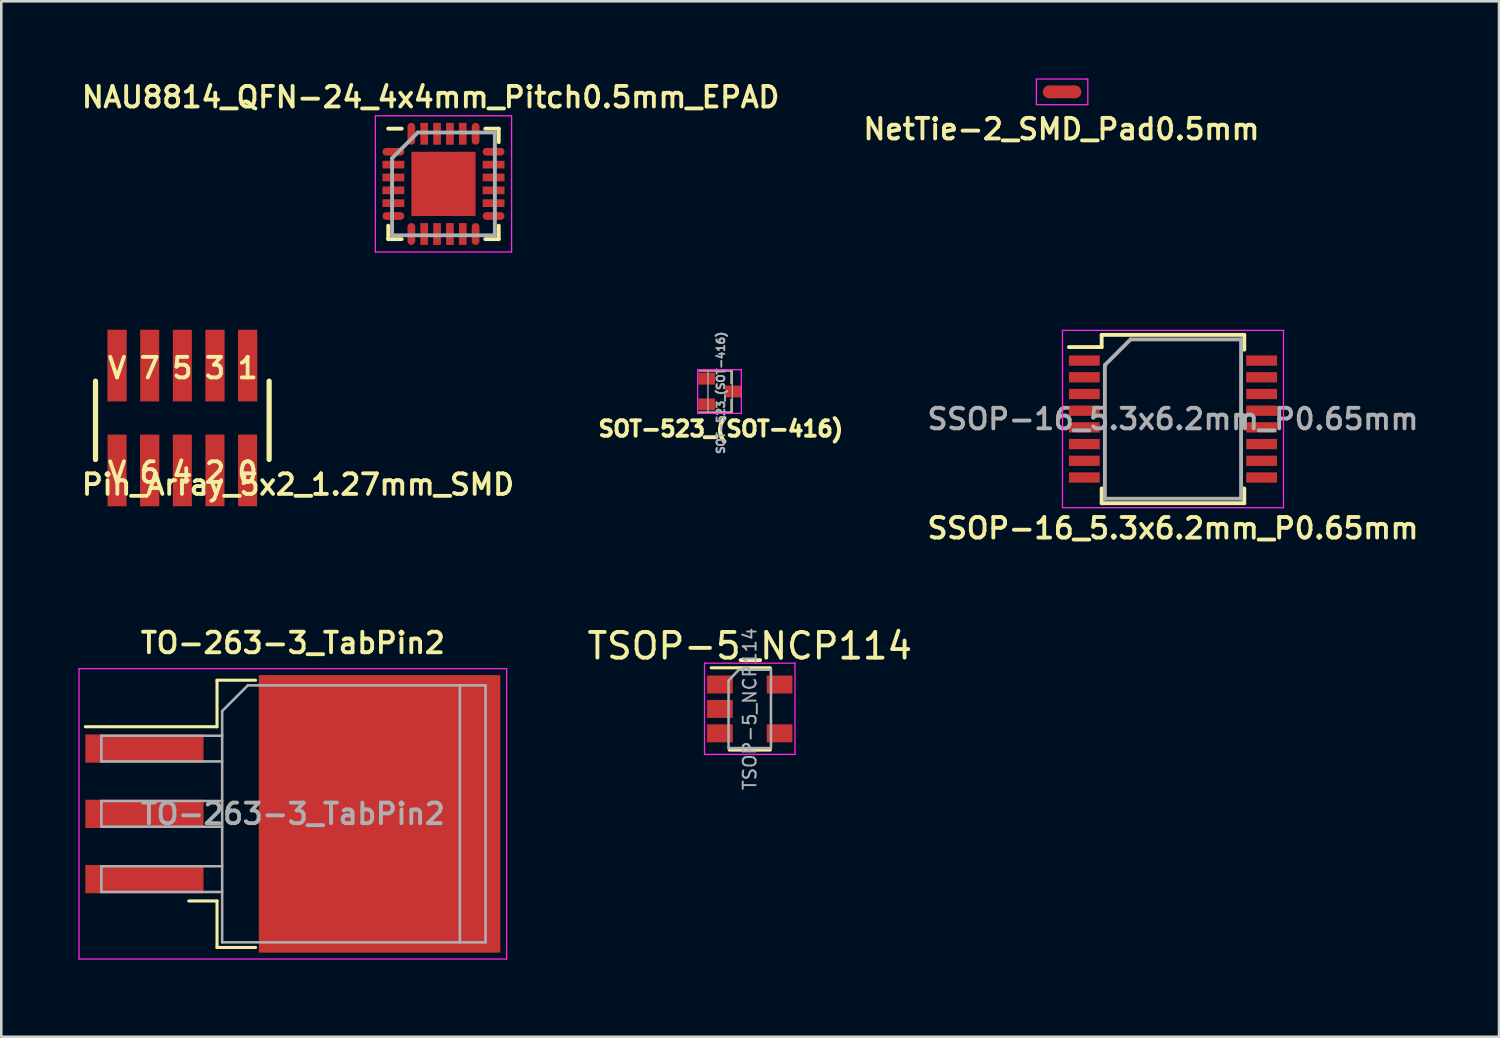
<source format=kicad_pcb>
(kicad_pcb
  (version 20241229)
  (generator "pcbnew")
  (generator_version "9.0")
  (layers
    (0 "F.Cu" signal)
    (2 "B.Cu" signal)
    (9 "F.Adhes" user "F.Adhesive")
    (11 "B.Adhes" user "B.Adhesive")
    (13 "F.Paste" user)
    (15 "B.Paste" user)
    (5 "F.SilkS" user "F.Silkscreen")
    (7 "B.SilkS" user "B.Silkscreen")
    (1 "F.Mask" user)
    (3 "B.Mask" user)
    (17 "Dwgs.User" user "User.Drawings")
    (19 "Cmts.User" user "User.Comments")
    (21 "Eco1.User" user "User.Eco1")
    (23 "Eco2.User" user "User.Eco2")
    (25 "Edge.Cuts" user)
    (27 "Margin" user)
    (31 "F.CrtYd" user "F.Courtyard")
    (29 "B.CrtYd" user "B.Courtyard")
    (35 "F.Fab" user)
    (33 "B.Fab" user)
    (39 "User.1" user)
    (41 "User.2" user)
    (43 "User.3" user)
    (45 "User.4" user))
  (footprint "SSOP-16_5.3x6.2mm_P0.65mm"
    (layer "F.Cu")
    (at 42.594 13.256)
    (property "Reference" "SSOP-16_5.3x6.2mm_P0.65mm" (at 0 4.25 0) (layer "F.SilkS") (effects (font (size 0.8 0.8) (thickness 0.15))))
    (attr smd)
    (fp_line (start -2.775 -3.275) (end -2.775 -2.8) (stroke (width 0.15) (type solid)) (layer "F.SilkS"))
    (fp_line (start -2.775 -3.275) (end 2.775 -3.275) (stroke (width 0.15) (type solid)) (layer "F.SilkS"))
    (fp_line (start -2.775 -2.8) (end -4.05 -2.8) (stroke (width 0.15) (type solid)) (layer "F.SilkS"))
    (fp_line (start -2.775 3.275) (end -2.775 2.7) (stroke (width 0.15) (type solid)) (layer "F.SilkS"))
    (fp_line (start -2.775 3.275) (end 2.775 3.275) (stroke (width 0.15) (type solid)) (layer "F.SilkS"))
    (fp_line (start 2.775 -3.275) (end 2.775 -2.7) (stroke (width 0.15) (type solid)) (layer "F.SilkS"))
    (fp_line (start 2.775 3.275) (end 2.775 2.7) (stroke (width 0.15) (type solid)) (layer "F.SilkS"))
    (fp_line (start -4.3 -3.45) (end -4.3 3.45) (stroke (width 0.05) (type solid)) (layer "F.CrtYd"))
    (fp_line (start -4.3 -3.45) (end 4.3 -3.45) (stroke (width 0.05) (type solid)) (layer "F.CrtYd"))
    (fp_line (start -4.3 3.45) (end 4.3 3.45) (stroke (width 0.05) (type solid)) (layer "F.CrtYd"))
    (fp_line (start 4.3 -3.45) (end 4.3 3.45) (stroke (width 0.05) (type solid)) (layer "F.CrtYd"))
    (fp_line (start -2.65 -2.1) (end -1.65 -3.1) (stroke (width 0.15) (type solid)) (layer "F.Fab"))
    (fp_line (start -2.65 3.1) (end -2.65 -2.1) (stroke (width 0.15) (type solid)) (layer "F.Fab"))
    (fp_line (start -1.65 -3.1) (end 2.65 -3.1) (stroke (width 0.15) (type solid)) (layer "F.Fab"))
    (fp_line (start 2.65 -3.1) (end 2.65 3.1) (stroke (width 0.15) (type solid)) (layer "F.Fab"))
    (fp_line (start 2.65 3.1) (end -2.65 3.1) (stroke (width 0.15) (type solid)) (layer "F.Fab"))
    (fp_text user "${REFERENCE}" (at 0 0 0) (layer "F.Fab") (effects (font (size 0.8 0.8) (thickness 0.15))))
    (pad "1" smd rect (at -3.45 -2.275) (size 1.2 0.4) (layers "F.Cu" "F.Mask" "F.Paste"))
    (pad "2" smd rect (at -3.45 -1.625) (size 1.2 0.4) (layers "F.Cu" "F.Mask" "F.Paste"))
    (pad "3" smd rect (at -3.45 -0.975) (size 1.2 0.4) (layers "F.Cu" "F.Mask" "F.Paste"))
    (pad "4" smd rect (at -3.45 -0.325) (size 1.2 0.4) (layers "F.Cu" "F.Mask" "F.Paste"))
    (pad "5" smd rect (at -3.45 0.325) (size 1.2 0.4) (layers "F.Cu" "F.Mask" "F.Paste"))
    (pad "6" smd rect (at -3.45 0.975) (size 1.2 0.4) (layers "F.Cu" "F.Mask" "F.Paste"))
    (pad "7" smd rect (at -3.45 1.625) (size 1.2 0.4) (layers "F.Cu" "F.Mask" "F.Paste"))
    (pad "8" smd rect (at -3.45 2.275) (size 1.2 0.4) (layers "F.Cu" "F.Mask" "F.Paste"))
    (pad "9" smd rect (at 3.45 2.275) (size 1.2 0.4) (layers "F.Cu" "F.Mask" "F.Paste"))
    (pad "10" smd rect (at 3.45 1.625) (size 1.2 0.4) (layers "F.Cu" "F.Mask" "F.Paste"))
    (pad "11" smd rect (at 3.45 0.975) (size 1.2 0.4) (layers "F.Cu" "F.Mask" "F.Paste"))
    (pad "12" smd rect (at 3.45 0.325) (size 1.2 0.4) (layers "F.Cu" "F.Mask" "F.Paste"))
    (pad "13" smd rect (at 3.45 -0.325) (size 1.2 0.4) (layers "F.Cu" "F.Mask" "F.Paste"))
    (pad "14" smd rect (at 3.45 -0.975) (size 1.2 0.4) (layers "F.Cu" "F.Mask" "F.Paste"))
    (pad "15" smd rect (at 3.45 -1.625) (size 1.2 0.4) (layers "F.Cu" "F.Mask" "F.Paste"))
    (pad "16" smd rect (at 3.45 -2.275) (size 1.2 0.4) (layers "F.Cu" "F.Mask" "F.Paste")))
  (footprint "NetTie-2_SMD_Pad0.5mm"
    (layer "F.Cu")
    (at 38.279 0.525)
    (property "Reference" "NetTie-2_SMD_Pad0.5mm" (at -0.025 1.45 0) (layer "F.SilkS") (effects (font (size 0.8 0.8) (thickness 0.15))))
    (attr exclude_from_pos_files exclude_from_bom)
    (fp_poly (pts (xy -0.5 -0.25) (xy 0.5 -0.25) (xy 0.5 0.25) (xy -0.5 0.25)) (stroke (width 0) (type solid)) (fill yes) (layer "F.Cu"))
    (fp_line (start -1 -0.5) (end -1 0.5) (stroke (width 0.05) (type solid)) (layer "F.CrtYd"))
    (fp_line (start -1 0.5) (end 1 0.5) (stroke (width 0.05) (type solid)) (layer "F.CrtYd"))
    (fp_line (start 1 -0.5) (end -1 -0.5) (stroke (width 0.05) (type solid)) (layer "F.CrtYd"))
    (fp_line (start 1 0.5) (end 1 -0.5) (stroke (width 0.05) (type solid)) (layer "F.CrtYd"))
    (pad "1" smd circle (at -0.5 0) (size 0.5 0.5) (layers "F.Cu"))
    (pad "2" smd circle (at 0.5 0) (size 0.5 0.5) (layers "F.Cu")))
  (footprint "TSOP-5_NCP114"
    (layer "F.Cu")
    (at 26.125 24.536)
    (property "Reference" "TSOP-5_NCP114" (at 0 -2.45 0) (layer "F.SilkS") (effects (font (size 1 1) (thickness 0.15))))
    (attr smd)
    (fp_line (start -0.8 1.6) (end 0.8 1.6) (stroke (width 0.12) (type solid)) (layer "F.SilkS"))
    (fp_line (start 0.8 -1.6) (end -1.5 -1.6) (stroke (width 0.12) (type solid)) (layer "F.SilkS"))
    (fp_line (start -1.76 -1.78) (end -1.76 1.77) (stroke (width 0.05) (type solid)) (layer "F.CrtYd"))
    (fp_line (start -1.76 -1.78) (end 1.76 -1.78) (stroke (width 0.05) (type solid)) (layer "F.CrtYd"))
    (fp_line (start 1.76 1.77) (end -1.76 1.77) (stroke (width 0.05) (type solid)) (layer "F.CrtYd"))
    (fp_line (start 1.76 1.77) (end 1.76 -1.78) (stroke (width 0.05) (type solid)) (layer "F.CrtYd"))
    (fp_line (start -0.825 -1.1) (end -0.825 1.525) (stroke (width 0.1) (type solid)) (layer "F.Fab"))
    (fp_line (start -0.825 -1.1) (end -0.425 -1.525) (stroke (width 0.1) (type solid)) (layer "F.Fab"))
    (fp_line (start 0.825 -1.525) (end -0.425 -1.525) (stroke (width 0.1) (type solid)) (layer "F.Fab"))
    (fp_line (start 0.825 -1.525) (end 0.825 1.525) (stroke (width 0.1) (type solid)) (layer "F.Fab"))
    (fp_line (start 0.825 1.525) (end -0.825 1.525) (stroke (width 0.1) (type solid)) (layer "F.Fab"))
    (fp_text user "${REFERENCE}" (at 0 0 90) (layer "F.Fab") (effects (font (size 0.5 0.5) (thickness 0.075))))
    (pad "1" smd rect (at -1.16 -0.95) (size 1 0.7) (layers "F.Cu" "F.Mask" "F.Paste"))
    (pad "2" smd rect (at -1.16 0) (size 1 0.7) (layers "F.Cu" "F.Mask" "F.Paste"))
    (pad "3" smd rect (at -1.16 0.95) (size 1 0.7) (layers "F.Cu" "F.Mask" "F.Paste"))
    (pad "4" smd rect (at 1.16 0.95) (size 1 0.7) (layers "F.Cu" "F.Mask" "F.Paste"))
    (pad "5" smd rect (at 1.16 -0.95) (size 1 0.7) (layers "F.Cu" "F.Mask" "F.Paste")))
  (footprint "TO-263-3_TabPin2"
    (layer "F.Cu")
    (at 8.345 28.619)
    (property "Reference" "TO-263-3_TabPin2" (at 0 -6.65 0) (layer "F.SilkS") (effects (font (size 0.8 0.8) (thickness 0.15))))
    (attr smd)
    (fp_line (start -2.95 -5.2) (end -2.95 -3.39) (stroke (width 0.12) (type solid)) (layer "F.SilkS"))
    (fp_line (start -2.95 -3.39) (end -8.075 -3.39) (stroke (width 0.12) (type solid)) (layer "F.SilkS"))
    (fp_line (start -2.95 3.39) (end -4.05 3.39) (stroke (width 0.12) (type solid)) (layer "F.SilkS"))
    (fp_line (start -2.95 5.2) (end -2.95 3.39) (stroke (width 0.12) (type solid)) (layer "F.SilkS"))
    (fp_line (start -1.45 -5.2) (end -2.95 -5.2) (stroke (width 0.12) (type solid)) (layer "F.SilkS"))
    (fp_line (start -1.45 5.2) (end -2.95 5.2) (stroke (width 0.12) (type solid)) (layer "F.SilkS"))
    (fp_line (start -8.32 -5.65) (end -8.32 5.65) (stroke (width 0.05) (type solid)) (layer "F.CrtYd"))
    (fp_line (start -8.32 5.65) (end 8.32 5.65) (stroke (width 0.05) (type solid)) (layer "F.CrtYd"))
    (fp_line (start 8.32 -5.65) (end -8.32 -5.65) (stroke (width 0.05) (type solid)) (layer "F.CrtYd"))
    (fp_line (start 8.32 5.65) (end 8.32 -5.65) (stroke (width 0.05) (type solid)) (layer "F.CrtYd"))
    (fp_line (start -7.45 -3.04) (end -7.45 -2.04) (stroke (width 0.1) (type solid)) (layer "F.Fab"))
    (fp_line (start -7.45 -2.04) (end -2.75 -2.04) (stroke (width 0.1) (type solid)) (layer "F.Fab"))
    (fp_line (start -7.45 -0.5) (end -7.45 0.5) (stroke (width 0.1) (type solid)) (layer "F.Fab"))
    (fp_line (start -7.45 0.5) (end -2.75 0.5) (stroke (width 0.1) (type solid)) (layer "F.Fab"))
    (fp_line (start -7.45 2.04) (end -7.45 3.04) (stroke (width 0.1) (type solid)) (layer "F.Fab"))
    (fp_line (start -7.45 3.04) (end -2.75 3.04) (stroke (width 0.1) (type solid)) (layer "F.Fab"))
    (fp_line (start -2.75 -4) (end -1.75 -5) (stroke (width 0.1) (type solid)) (layer "F.Fab"))
    (fp_line (start -2.75 -3.04) (end -7.45 -3.04) (stroke (width 0.1) (type solid)) (layer "F.Fab"))
    (fp_line (start -2.75 -0.5) (end -7.45 -0.5) (stroke (width 0.1) (type solid)) (layer "F.Fab"))
    (fp_line (start -2.75 2.04) (end -7.45 2.04) (stroke (width 0.1) (type solid)) (layer "F.Fab"))
    (fp_line (start -2.75 5) (end -2.75 -4) (stroke (width 0.1) (type solid)) (layer "F.Fab"))
    (fp_line (start -1.75 -5) (end 6.5 -5) (stroke (width 0.1) (type solid)) (layer "F.Fab"))
    (fp_line (start 6.5 -5) (end 6.5 5) (stroke (width 0.1) (type solid)) (layer "F.Fab"))
    (fp_line (start 6.5 -5) (end 7.5 -5) (stroke (width 0.1) (type solid)) (layer "F.Fab"))
    (fp_line (start 6.5 5) (end -2.75 5) (stroke (width 0.1) (type solid)) (layer "F.Fab"))
    (fp_line (start 7.5 -5) (end 7.5 5) (stroke (width 0.1) (type solid)) (layer "F.Fab"))
    (fp_line (start 7.5 5) (end 6.5 5) (stroke (width 0.1) (type solid)) (layer "F.Fab"))
    (fp_text user "${REFERENCE}" (at 0 0 0) (layer "F.Fab") (effects (font (size 0.8 0.8) (thickness 0.15))))
    (pad "" smd rect (at 0.95 -2.775) (size 4.55 5.25) (layers "F.Paste"))
    (pad "" smd rect (at 0.95 2.775) (size 4.55 5.25) (layers "F.Paste"))
    (pad "" smd rect (at 5.8 -2.775) (size 4.55 5.25) (layers "F.Paste"))
    (pad "" smd rect (at 5.8 2.775) (size 4.55 5.25) (layers "F.Paste"))
    (pad "1" smd rect (at -5.775 -2.54) (size 4.6 1.1) (layers "F.Cu" "F.Mask" "F.Paste"))
    (pad "2" smd rect (at -5.775 0) (size 4.6 1.1) (layers "F.Cu" "F.Mask" "F.Paste"))
    (pad "2" smd rect (at 3.375 0) (size 9.4 10.8) (layers "F.Cu" "F.Mask"))
    (pad "3" smd rect (at -5.775 2.54) (size 4.6 1.1) (layers "F.Cu" "F.Mask" "F.Paste")))
  (footprint "Pin_Array_5x2_1.27mm_SMD"
    (layer "F.Cu")
    (at 4.045 13.306)
    (property "Reference" "Pin_Array_5x2_1.27mm_SMD" (at 4.5 2.5 0) (layer "F.SilkS") (effects (font (size 0.8 0.8) (thickness 0.15))))
    (attr through_hole)
    (fp_line (start -3.378 -1.524) (end -3.378 1.524) (stroke (width 0.203) (type solid)) (layer "F.SilkS"))
    (fp_line (start 3.378 1.524) (end 3.378 -1.524) (stroke (width 0.203) (type solid)) (layer "F.SilkS"))
    (fp_text user "1" (at 2.54 -2.032 0) (layer "F.SilkS") (effects (font (size 0.8 0.8) (thickness 0.15))))
    (fp_text user "2" (at 1.27 2.032 0) (layer "F.SilkS") (effects (font (size 0.8 0.8) (thickness 0.15))))
    (fp_text user "6" (at -1.27 2.032 0) (layer "F.SilkS") (effects (font (size 0.8 0.8) (thickness 0.15))))
    (fp_text user "3" (at 1.27 -2.032 0) (layer "F.SilkS") (effects (font (size 0.8 0.8) (thickness 0.15))))
    (fp_text user "V" (at -2.54 -2.032 0) (layer "F.SilkS") (effects (font (size 0.8 0.8) (thickness 0.15))))
    (fp_text user "V" (at -2.54 2.032 0) (layer "F.SilkS") (effects (font (size 0.8 0.8) (thickness 0.15))))
    (fp_text user "7" (at -1.27 -2.032 0) (layer "F.SilkS") (effects (font (size 0.8 0.8) (thickness 0.15))))
    (fp_text user "5" (at 0 -2.032 0) (layer "F.SilkS") (effects (font (size 0.8 0.8) (thickness 0.15))))
    (fp_text user "4" (at 0 2.032 0) (layer "F.SilkS") (effects (font (size 0.8 0.8) (thickness 0.15))))
    (fp_text user "0" (at 2.54 2.032 0) (layer "F.SilkS") (effects (font (size 0.8 0.8) (thickness 0.15))))
    (pad "1" smd rect (at 2.54 -2.13) (size 0.75 2.79) (layers "F.Cu" "F.Mask" "F.Paste"))
    (pad "2" smd rect (at 2.54 1.95) (size 0.74 2.79) (layers "F.Cu" "F.Mask" "F.Paste"))
    (pad "3" smd rect (at 1.27 -2.13) (size 0.75 2.79) (layers "F.Cu" "F.Mask" "F.Paste"))
    (pad "4" smd rect (at 1.27 1.95) (size 0.74 2.79) (layers "F.Cu" "F.Mask" "F.Paste"))
    (pad "5" smd rect (at 0 -2.13) (size 0.74 2.79) (layers "F.Cu" "F.Mask" "F.Paste"))
    (pad "6" smd rect (at 0 1.95) (size 0.74 2.79) (layers "F.Cu" "F.Mask" "F.Paste"))
    (pad "7" smd rect (at -1.27 -2.13) (size 0.74 2.79) (layers "F.Cu" "F.Mask" "F.Paste"))
    (pad "8" smd rect (at -1.27 1.95) (size 0.75 2.79) (layers "F.Cu" "F.Mask" "F.Paste"))
    (pad "9" smd rect (at -2.54 -2.13) (size 0.75 2.79) (layers "F.Cu" "F.Mask" "F.Paste"))
    (pad "10" smd rect (at -2.54 1.95) (size 0.74 2.79) (layers "F.Cu" "F.Mask" "F.Paste")))
  (footprint "NAU8814_QFN-24_4x4mm_Pitch0.5mm_EPAD"
    (layer "F.Cu")
    (at 14.207 4.106)
    (property "Reference" "NAU8814_QFN-24_4x4mm_Pitch0.5mm_EPAD" (at -0.5 -3.375 0) (layer "F.SilkS") (effects (font (size 0.8 0.8) (thickness 0.15))))
    (attr smd)
    (fp_line (start -2.15 -2.15) (end -1.625 -2.15) (stroke (width 0.15) (type solid)) (layer "F.SilkS"))
    (fp_line (start -2.15 2.15) (end -2.15 1.625) (stroke (width 0.15) (type solid)) (layer "F.SilkS"))
    (fp_line (start -2.15 2.15) (end -1.625 2.15) (stroke (width 0.15) (type solid)) (layer "F.SilkS"))
    (fp_line (start 2.15 -2.15) (end 1.625 -2.15) (stroke (width 0.15) (type solid)) (layer "F.SilkS"))
    (fp_line (start 2.15 -2.15) (end 2.15 -1.625) (stroke (width 0.15) (type solid)) (layer "F.SilkS"))
    (fp_line (start 2.15 2.15) (end 1.625 2.15) (stroke (width 0.15) (type solid)) (layer "F.SilkS"))
    (fp_line (start 2.15 2.15) (end 2.15 1.625) (stroke (width 0.15) (type solid)) (layer "F.SilkS"))
    (fp_line (start -2.65 -2.65) (end -2.65 2.65) (stroke (width 0.05) (type solid)) (layer "F.CrtYd"))
    (fp_line (start -2.65 -2.65) (end 2.65 -2.65) (stroke (width 0.05) (type solid)) (layer "F.CrtYd"))
    (fp_line (start -2.65 2.65) (end 2.65 2.65) (stroke (width 0.05) (type solid)) (layer "F.CrtYd"))
    (fp_line (start 2.65 -2.65) (end 2.65 2.65) (stroke (width 0.05) (type solid)) (layer "F.CrtYd"))
    (fp_line (start -2 -1) (end -1 -2) (stroke (width 0.15) (type solid)) (layer "F.Fab"))
    (fp_line (start -2 2) (end -2 -1) (stroke (width 0.15) (type solid)) (layer "F.Fab"))
    (fp_line (start -1 -2) (end 2 -2) (stroke (width 0.15) (type solid)) (layer "F.Fab"))
    (fp_line (start 2 -2) (end 2 2) (stroke (width 0.15) (type solid)) (layer "F.Fab"))
    (fp_line (start 2 2) (end -2 2) (stroke (width 0.15) (type solid)) (layer "F.Fab"))
    (pad "1" smd oval (at -1.95 -1.25) (size 0.85 0.3) (layers "F.Cu" "F.Mask" "F.Paste"))
    (pad "2" smd rect (at -1.95 -0.75) (size 0.85 0.3) (layers "F.Cu" "F.Mask" "F.Paste"))
    (pad "3" smd rect (at -1.95 -0.25) (size 0.85 0.3) (layers "F.Cu" "F.Mask" "F.Paste"))
    (pad "4" smd rect (at -1.95 0.25) (size 0.85 0.3) (layers "F.Cu" "F.Mask" "F.Paste"))
    (pad "5" smd rect (at -1.95 0.75) (size 0.85 0.3) (layers "F.Cu" "F.Mask" "F.Paste"))
    (pad "6" smd oval (at -1.95 1.25) (size 0.85 0.3) (layers "F.Cu" "F.Mask" "F.Paste"))
    (pad "7" smd oval (at -1.25 1.95 90) (size 0.85 0.3) (layers "F.Cu" "F.Mask" "F.Paste"))
    (pad "8" smd rect (at -0.75 1.95 90) (size 0.85 0.3) (layers "F.Cu" "F.Mask" "F.Paste"))
    (pad "9" smd rect (at -0.25 1.95 90) (size 0.85 0.3) (layers "F.Cu" "F.Mask" "F.Paste"))
    (pad "10" smd rect (at 0.25 1.95 90) (size 0.85 0.3) (layers "F.Cu" "F.Mask" "F.Paste"))
    (pad "11" smd rect (at 0.75 1.95 90) (size 0.85 0.3) (layers "F.Cu" "F.Mask" "F.Paste"))
    (pad "12" smd oval (at 1.25 1.95 90) (size 0.85 0.3) (layers "F.Cu" "F.Mask" "F.Paste"))
    (pad "13" smd oval (at 1.95 1.25) (size 0.85 0.3) (layers "F.Cu" "F.Mask" "F.Paste"))
    (pad "14" smd rect (at 1.95 0.75) (size 0.85 0.3) (layers "F.Cu" "F.Mask" "F.Paste"))
    (pad "15" smd rect (at 1.95 0.25) (size 0.85 0.3) (layers "F.Cu" "F.Mask" "F.Paste"))
    (pad "16" smd rect (at 1.95 -0.25) (size 0.85 0.3) (layers "F.Cu" "F.Mask" "F.Paste"))
    (pad "17" smd rect (at 1.95 -0.75) (size 0.85 0.3) (layers "F.Cu" "F.Mask" "F.Paste"))
    (pad "18" smd oval (at 1.95 -1.25) (size 0.85 0.3) (layers "F.Cu" "F.Mask" "F.Paste"))
    (pad "19" smd oval (at 1.25 -1.95 90) (size 0.85 0.3) (layers "F.Cu" "F.Mask" "F.Paste"))
    (pad "20" smd rect (at 0.75 -1.95 90) (size 0.85 0.3) (layers "F.Cu" "F.Mask" "F.Paste"))
    (pad "21" smd rect (at 0.25 -1.95 90) (size 0.85 0.3) (layers "F.Cu" "F.Mask" "F.Paste"))
    (pad "22" smd rect (at -0.25 -1.95 90) (size 0.85 0.3) (layers "F.Cu" "F.Mask" "F.Paste"))
    (pad "23" smd rect (at -0.75 -1.95 90) (size 0.85 0.3) (layers "F.Cu" "F.Mask" "F.Paste"))
    (pad "24" smd oval (at -1.25 -1.95 90) (size 0.85 0.3) (layers "F.Cu" "F.Mask" "F.Paste"))
    (pad "25" smd rect (at 0 0) (size 2.5 2.5) (layers "F.Cu" "F.Mask" "F.Paste")))
  (footprint "SOT-523_(SOT-416)"
    (layer "F.Cu")
    (at 24.448 12.685)
    (property "Reference" "SOT-523_(SOT-416)" (at 0.55 0.95 0) (layer "F.SilkS") (effects (font (size 0.6 0.6) (thickness 0.15))))
    (attr smd)
    (fp_line (start 0.95 -1.3) (end -0.3 -1.3) (stroke (width 0.05) (type solid)) (layer "F.SilkS"))
    (fp_line (start 0.95 -1.3) (end 0.95 -0.8) (stroke (width 0.05) (type solid)) (layer "F.SilkS"))
    (fp_line (start 0.95 0.3) (end -0.3 0.3) (stroke (width 0.05) (type solid)) (layer "F.SilkS"))
    (fp_line (start 0.95 0.3) (end 0.95 -0.2) (stroke (width 0.05) (type solid)) (layer "F.SilkS"))
    (fp_line (start -0.35 -1.35) (end 1.35 -1.35) (stroke (width 0.05) (type solid)) (layer "F.CrtYd"))
    (fp_line (start -0.35 0.35) (end -0.35 -1.35) (stroke (width 0.05) (type solid)) (layer "F.CrtYd"))
    (fp_line (start 1.35 -1.35) (end 1.35 0.35) (stroke (width 0.05) (type solid)) (layer "F.CrtYd"))
    (fp_line (start 1.35 0.35) (end -0.35 0.35) (stroke (width 0.05) (type solid)) (layer "F.CrtYd"))
    (fp_line (start 0.05 -1.35) (end 0.05 0.35) (stroke (width 0.05) (type solid)) (layer "F.Fab"))
    (fp_line (start 0.05 0.35) (end 1 0.35) (stroke (width 0.05) (type solid)) (layer "F.Fab"))
    (fp_line (start 1 -1.35) (end 0.05 -1.35) (stroke (width 0.05) (type solid)) (layer "F.Fab"))
    (fp_line (start 1 0.35) (end 1 -1.35) (stroke (width 0.05) (type solid)) (layer "F.Fab"))
    (fp_text user "${REFERENCE}" (at 0.55 -0.45 90) (layer "F.Fab") (effects (font (size 0.3 0.3) (thickness 0.075))))
    (pad "1" smd rect (at 0 -1) (size 0.65 0.46) (layers "F.Cu" "F.Mask" "F.Paste"))
    (pad "2" smd rect (at 0 0) (size 0.65 0.46) (layers "F.Cu" "F.Mask" "F.Paste"))
    (pad "3" smd rect (at 1.05 -0.5) (size 0.65 0.46) (layers "F.Cu" "F.Mask" "F.Paste")))
  (gr_rect
    (start -3 -3)
    (end 55.281 37.294)
    (stroke (width 0.1) (type default))
    (fill no)
    (layer "Edge.Cuts")))
</source>
